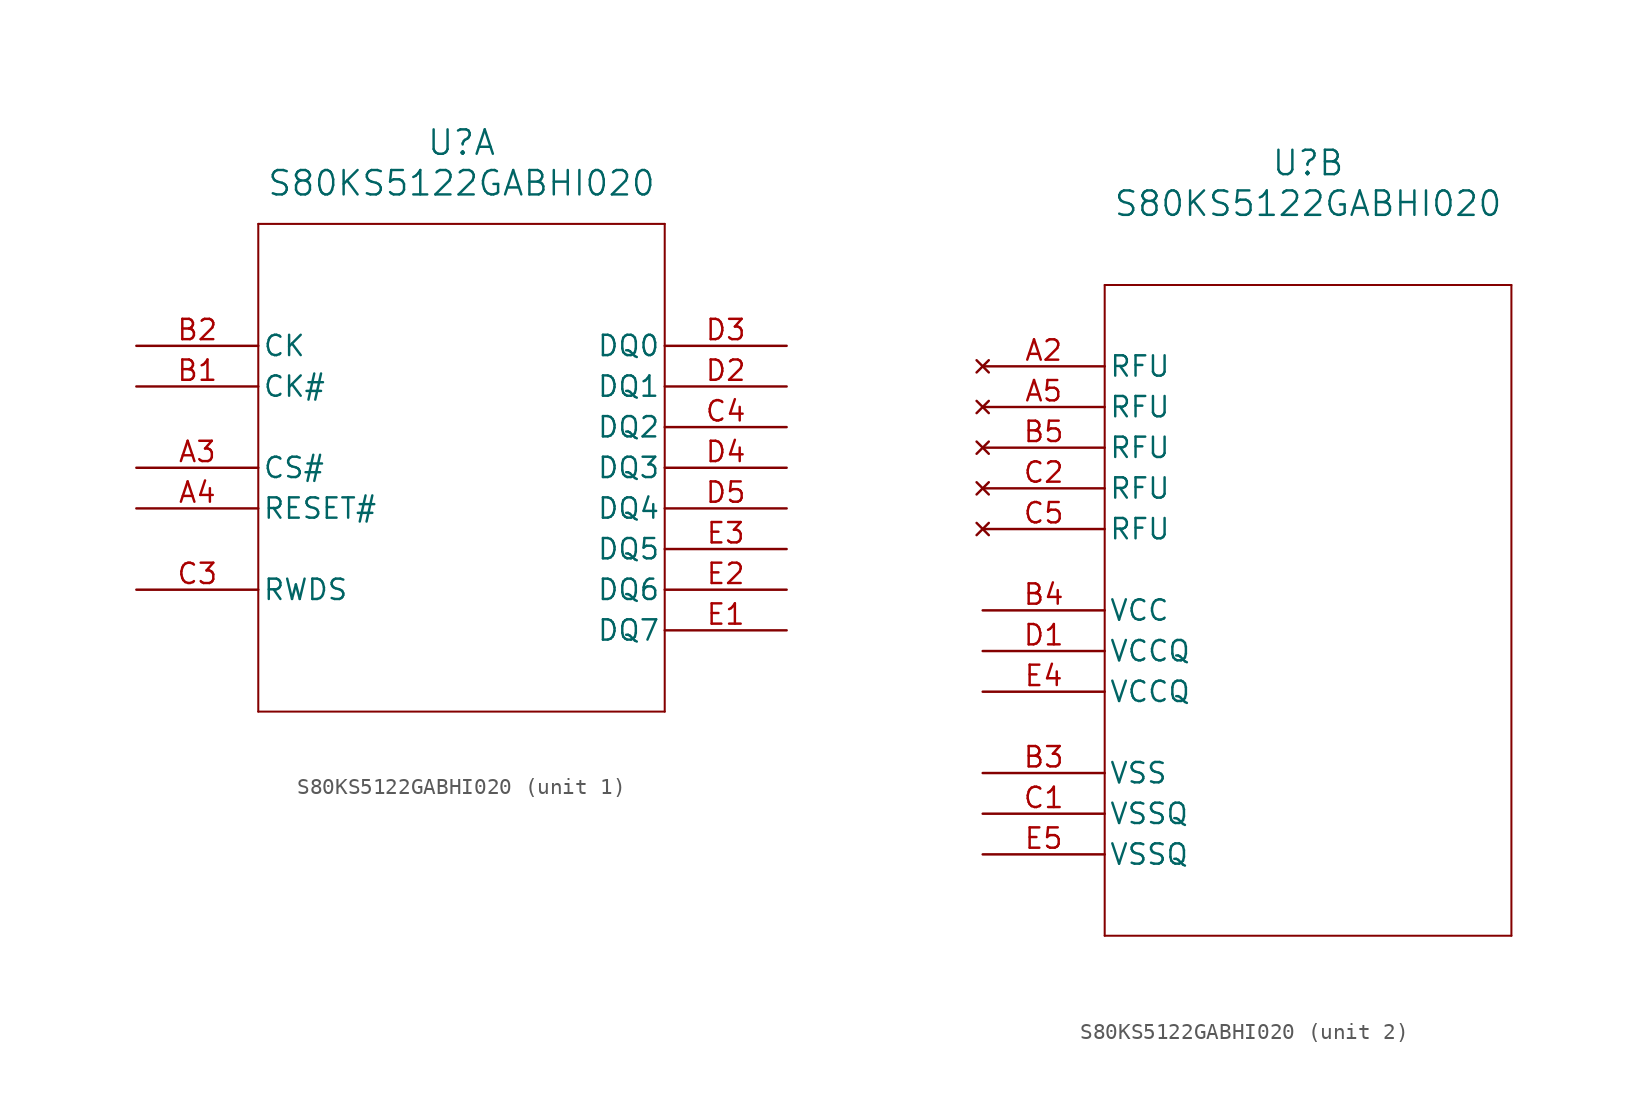
<source format=kicad_sym>
(kicad_symbol_lib
  (version 20211014)
  (generator kicad_symbol_editor)
  (symbol "S80KS5122GABHI020"
    (pin_names
      (offset 0.254))
    (property "Reference" "U"
      (at 20.32 12.7 0)
      (effects (font (size 1.524 1.524))))
    (property "Value" "S80KS5122GABHI020"
      (at 20.32 10.16 0)
      (effects (font (size 1.524 1.524))))
    (symbol "S80KS5122GABHI020_1_1"
      (polyline (pts (xy 7.62 7.62) (xy 7.62 -22.86)) (stroke (width 0.127) (type default) (color 0 0 0 0)) (fill (type none)))
      (polyline (pts (xy 7.62 -22.86) (xy 33.02 -22.86)) (stroke (width 0.127) (type default) (color 0 0 0 0)) (fill (type none)))
      (polyline (pts (xy 33.02 -22.86) (xy 33.02 7.62)) (stroke (width 0.127) (type default) (color 0 0 0 0)) (fill (type none)))
      (polyline (pts (xy 33.02 7.62) (xy 7.62 7.62)) (stroke (width 0.127) (type default) (color 0 0 0 0)) (fill (type none)))
      (pin input line (at 0 -7.62 0) (length 7.62) (name "CS#" (effects (font (size 1.27 1.27)))) (number "A3" (effects (font (size 1.27 1.27)))))
      (pin input line (at 0 -10.16 0) (length 7.62) (name "RESET#" (effects (font (size 1.27 1.27)))) (number "A4" (effects (font (size 1.27 1.27)))))
      (pin input line (at 0 -2.54 0) (length 7.62) (name "CK#" (effects (font (size 1.27 1.27)))) (number "B1" (effects (font (size 1.27 1.27)))))
      (pin input line (at 0 0 0) (length 7.62) (name "CK" (effects (font (size 1.27 1.27)))) (number "B2" (effects (font (size 1.27 1.27)))))
      (pin bidirectional line (at 0 -15.24 0) (length 7.62) (name "RWDS" (effects (font (size 1.27 1.27)))) (number "C3" (effects (font (size 1.27 1.27)))))
      (pin bidirectional line (at 40.64 -5.08 180) (length 7.62) (name "DQ2" (effects (font (size 1.27 1.27)))) (number "C4" (effects (font (size 1.27 1.27)))))
      (pin bidirectional line (at 40.64 -2.54 180) (length 7.62) (name "DQ1" (effects (font (size 1.27 1.27)))) (number "D2" (effects (font (size 1.27 1.27)))))
      (pin bidirectional line (at 40.64 0 180) (length 7.62) (name "DQ0" (effects (font (size 1.27 1.27)))) (number "D3" (effects (font (size 1.27 1.27)))))
      (pin bidirectional line (at 40.64 -7.62 180) (length 7.62) (name "DQ3" (effects (font (size 1.27 1.27)))) (number "D4" (effects (font (size 1.27 1.27)))))
      (pin bidirectional line (at 40.64 -10.16 180) (length 7.62) (name "DQ4" (effects (font (size 1.27 1.27)))) (number "D5" (effects (font (size 1.27 1.27)))))
      (pin bidirectional line (at 40.64 -17.78 180) (length 7.62) (name "DQ7" (effects (font (size 1.27 1.27)))) (number "E1" (effects (font (size 1.27 1.27)))))
      (pin bidirectional line (at 40.64 -15.24 180) (length 7.62) (name "DQ6" (effects (font (size 1.27 1.27)))) (number "E2" (effects (font (size 1.27 1.27)))))
      (pin bidirectional line (at 40.64 -12.7 180) (length 7.62) (name "DQ5" (effects (font (size 1.27 1.27)))) (number "E3" (effects (font (size 1.27 1.27))))))
    (symbol "S80KS5122GABHI020_2_1"
      (polyline (pts (xy 7.62 5.08) (xy 7.62 -35.56)) (stroke (width 0.127) (type default) (color 0 0 0 0)) (fill (type none)))
      (polyline (pts (xy 7.62 -35.56) (xy 33.02 -35.56)) (stroke (width 0.127) (type default) (color 0 0 0 0)) (fill (type none)))
      (polyline (pts (xy 33.02 -35.56) (xy 33.02 5.08)) (stroke (width 0.127) (type default) (color 0 0 0 0)) (fill (type none)))
      (polyline (pts (xy 33.02 5.08) (xy 7.62 5.08)) (stroke (width 0.127) (type default) (color 0 0 0 0)) (fill (type none)))
      (pin no_connect line (at 0 0 0) (length 7.62) (name "RFU" (effects (font (size 1.27 1.27)))) (number "A2" (effects (font (size 1.27 1.27)))))
      (pin no_connect line (at 0 -2.54 0) (length 7.62) (name "RFU" (effects (font (size 1.27 1.27)))) (number "A5" (effects (font (size 1.27 1.27)))))
      (pin power_out line (at 0 -25.4 0) (length 7.62) (name "VSS" (effects (font (size 1.27 1.27)))) (number "B3" (effects (font (size 1.27 1.27)))))
      (pin power_in line (at 0 -15.24 0) (length 7.62) (name "VCC" (effects (font (size 1.27 1.27)))) (number "B4" (effects (font (size 1.27 1.27)))))
      (pin no_connect line (at 0 -5.08 0) (length 7.62) (name "RFU" (effects (font (size 1.27 1.27)))) (number "B5" (effects (font (size 1.27 1.27)))))
      (pin power_out line (at 0 -27.94 0) (length 7.62) (name "VSSQ" (effects (font (size 1.27 1.27)))) (number "C1" (effects (font (size 1.27 1.27)))))
      (pin no_connect line (at 0 -7.62 0) (length 7.62) (name "RFU" (effects (font (size 1.27 1.27)))) (number "C2" (effects (font (size 1.27 1.27)))))
      (pin no_connect line (at 0 -10.16 0) (length 7.62) (name "RFU" (effects (font (size 1.27 1.27)))) (number "C5" (effects (font (size 1.27 1.27)))))
      (pin power_in line (at 0 -17.78 0) (length 7.62) (name "VCCQ" (effects (font (size 1.27 1.27)))) (number "D1" (effects (font (size 1.27 1.27)))))
      (pin power_in line (at 0 -20.32 0) (length 7.62) (name "VCCQ" (effects (font (size 1.27 1.27)))) (number "E4" (effects (font (size 1.27 1.27)))))
      (pin power_out line (at 0 -30.48 0) (length 7.62) (name "VSSQ" (effects (font (size 1.27 1.27)))) (number "E5" (effects (font (size 1.27 1.27))))))))
</source>
